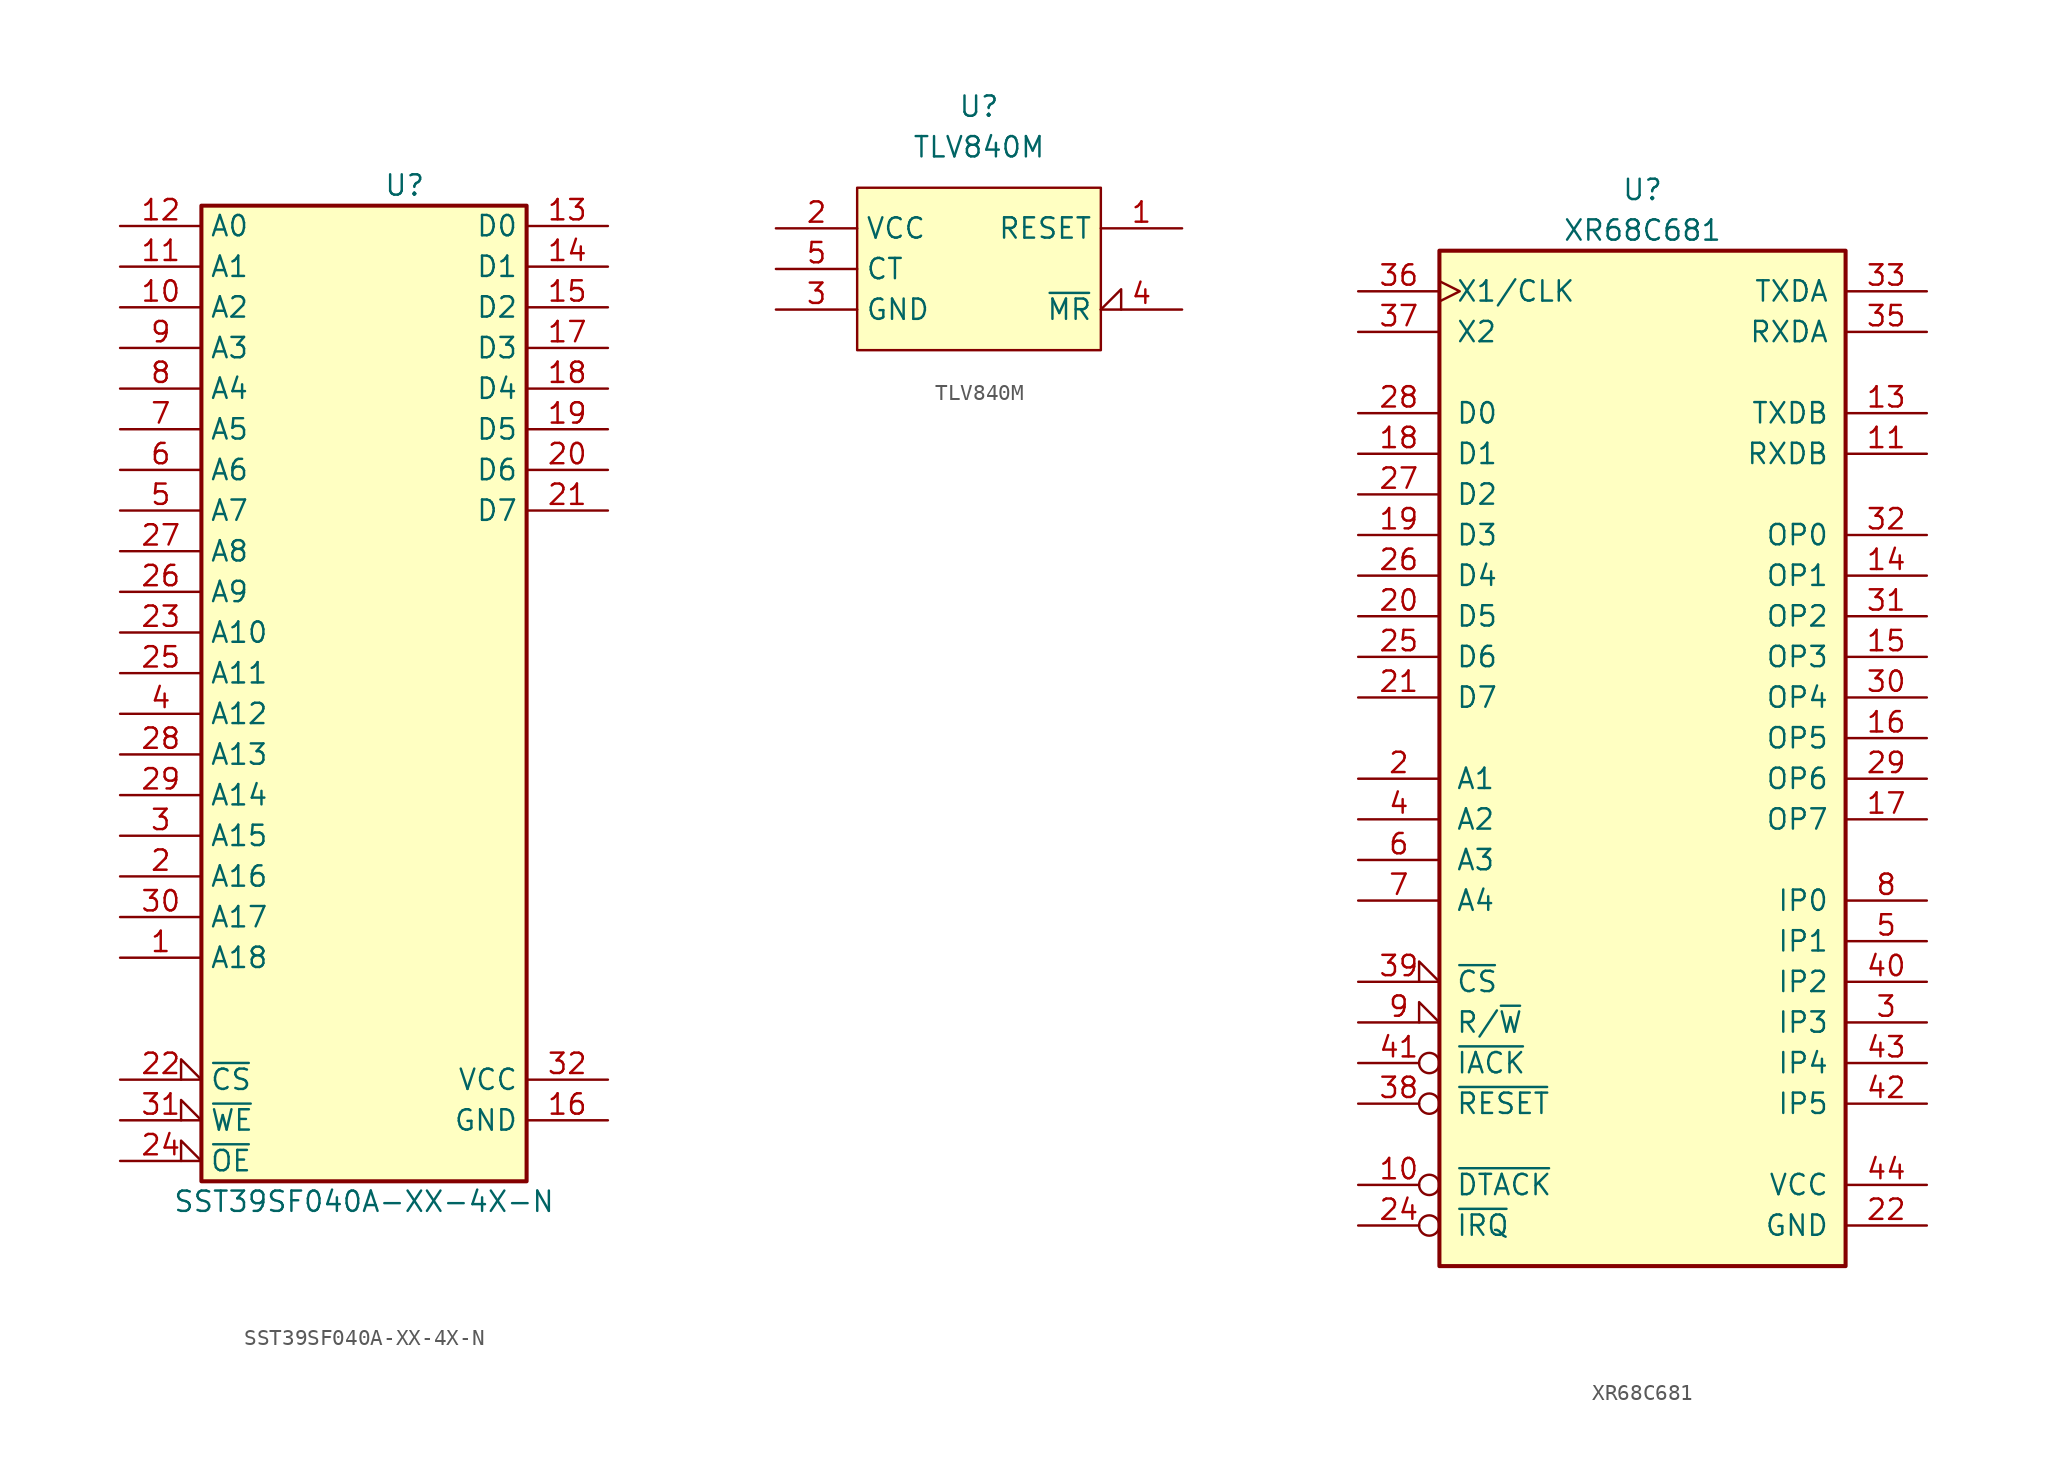
<source format=kicad_sym>
(kicad_symbol_lib
  (version 20211014)
  (generator kicad_symbol_editor)
  (symbol "68komputer-common:SST39SF040A-XX-4X-N"
    (property "Reference" "U"
      (at 2.54 33.02 0)
      (effects (font (size 1.27 1.27))))
    (property "Value" "SST39SF040A-XX-4X-N"
      (at 0 -30.48 0)
      (effects (font (size 1.27 1.27))))
    (symbol "SST39SF040A-XX-4X-N_0_0"
      (pin power_in line (at 15.24 -25.4 180) (length 5.08) (name "GND" (effects (font (size 1.27 1.27)))) (number "16" (effects (font (size 1.27 1.27)))))
      (pin power_in line (at 15.24 -22.86 180) (length 5.08) (name "VCC" (effects (font (size 1.27 1.27)))) (number "32" (effects (font (size 1.27 1.27))))))
    (symbol "SST39SF040A-XX-4X-N_0_1"
      (rectangle (start -10.16 31.75) (end 10.16 -29.21) (stroke (width 0.254) (type default) (color 0 0 0 0)) (fill (type background))))
    (symbol "SST39SF040A-XX-4X-N_1_1"
      (pin input line (at -15.24 -15.24 0) (length 5.08) (name "A18" (effects (font (size 1.27 1.27)))) (number "1" (effects (font (size 1.27 1.27)))))
      (pin input line (at -15.24 25.4 0) (length 5.08) (name "A2" (effects (font (size 1.27 1.27)))) (number "10" (effects (font (size 1.27 1.27)))))
      (pin input line (at -15.24 27.94 0) (length 5.08) (name "A1" (effects (font (size 1.27 1.27)))) (number "11" (effects (font (size 1.27 1.27)))))
      (pin input line (at -15.24 30.48 0) (length 5.08) (name "A0" (effects (font (size 1.27 1.27)))) (number "12" (effects (font (size 1.27 1.27)))))
      (pin tri_state line (at 15.24 30.48 180) (length 5.08) (name "D0" (effects (font (size 1.27 1.27)))) (number "13" (effects (font (size 1.27 1.27)))))
      (pin tri_state line (at 15.24 27.94 180) (length 5.08) (name "D1" (effects (font (size 1.27 1.27)))) (number "14" (effects (font (size 1.27 1.27)))))
      (pin tri_state line (at 15.24 25.4 180) (length 5.08) (name "D2" (effects (font (size 1.27 1.27)))) (number "15" (effects (font (size 1.27 1.27)))))
      (pin tri_state line (at 15.24 22.86 180) (length 5.08) (name "D3" (effects (font (size 1.27 1.27)))) (number "17" (effects (font (size 1.27 1.27)))))
      (pin tri_state line (at 15.24 20.32 180) (length 5.08) (name "D4" (effects (font (size 1.27 1.27)))) (number "18" (effects (font (size 1.27 1.27)))))
      (pin tri_state line (at 15.24 17.78 180) (length 5.08) (name "D5" (effects (font (size 1.27 1.27)))) (number "19" (effects (font (size 1.27 1.27)))))
      (pin input line (at -15.24 -10.16 0) (length 5.08) (name "A16" (effects (font (size 1.27 1.27)))) (number "2" (effects (font (size 1.27 1.27)))))
      (pin tri_state line (at 15.24 15.24 180) (length 5.08) (name "D6" (effects (font (size 1.27 1.27)))) (number "20" (effects (font (size 1.27 1.27)))))
      (pin tri_state line (at 15.24 12.7 180) (length 5.08) (name "D7" (effects (font (size 1.27 1.27)))) (number "21" (effects (font (size 1.27 1.27)))))
      (pin input input_low (at -15.24 -22.86 0) (length 5.08) (name "~{CS}" (effects (font (size 1.27 1.27)))) (number "22" (effects (font (size 1.27 1.27)))))
      (pin input line (at -15.24 5.08 0) (length 5.08) (name "A10" (effects (font (size 1.27 1.27)))) (number "23" (effects (font (size 1.27 1.27)))))
      (pin input input_low (at -15.24 -27.94 0) (length 5.08) (name "~{OE}" (effects (font (size 1.27 1.27)))) (number "24" (effects (font (size 1.27 1.27)))))
      (pin input line (at -15.24 2.54 0) (length 5.08) (name "A11" (effects (font (size 1.27 1.27)))) (number "25" (effects (font (size 1.27 1.27)))))
      (pin input line (at -15.24 7.62 0) (length 5.08) (name "A9" (effects (font (size 1.27 1.27)))) (number "26" (effects (font (size 1.27 1.27)))))
      (pin input line (at -15.24 10.16 0) (length 5.08) (name "A8" (effects (font (size 1.27 1.27)))) (number "27" (effects (font (size 1.27 1.27)))))
      (pin input line (at -15.24 -2.54 0) (length 5.08) (name "A13" (effects (font (size 1.27 1.27)))) (number "28" (effects (font (size 1.27 1.27)))))
      (pin input line (at -15.24 -5.08 0) (length 5.08) (name "A14" (effects (font (size 1.27 1.27)))) (number "29" (effects (font (size 1.27 1.27)))))
      (pin input line (at -15.24 -7.62 0) (length 5.08) (name "A15" (effects (font (size 1.27 1.27)))) (number "3" (effects (font (size 1.27 1.27)))))
      (pin input line (at -15.24 -12.7 0) (length 5.08) (name "A17" (effects (font (size 1.27 1.27)))) (number "30" (effects (font (size 1.27 1.27)))))
      (pin input input_low (at -15.24 -25.4 0) (length 5.08) (name "~{WE}" (effects (font (size 1.27 1.27)))) (number "31" (effects (font (size 1.27 1.27)))))
      (pin input line (at -15.24 0 0) (length 5.08) (name "A12" (effects (font (size 1.27 1.27)))) (number "4" (effects (font (size 1.27 1.27)))))
      (pin input line (at -15.24 12.7 0) (length 5.08) (name "A7" (effects (font (size 1.27 1.27)))) (number "5" (effects (font (size 1.27 1.27)))))
      (pin input line (at -15.24 15.24 0) (length 5.08) (name "A6" (effects (font (size 1.27 1.27)))) (number "6" (effects (font (size 1.27 1.27)))))
      (pin input line (at -15.24 17.78 0) (length 5.08) (name "A5" (effects (font (size 1.27 1.27)))) (number "7" (effects (font (size 1.27 1.27)))))
      (pin input line (at -15.24 20.32 0) (length 5.08) (name "A4" (effects (font (size 1.27 1.27)))) (number "8" (effects (font (size 1.27 1.27)))))
      (pin input line (at -15.24 22.86 0) (length 5.08) (name "A3" (effects (font (size 1.27 1.27)))) (number "9" (effects (font (size 1.27 1.27)))))))
  (symbol "68komputer-common:TLV840M"
    (property "Reference" "U"
      (at 0 5.08 0)
      (effects (font (size 1.27 1.27))))
    (property "Value" "TLV840M"
      (at 0 2.54 0)
      (effects (font (size 1.27 1.27))))
    (symbol "TLV840M_0_1"
      (rectangle (start -7.62 0) (end 7.62 -10.16) (stroke (width 0.152) (type default) (color 0 0 0 0)) (fill (type background))))
    (symbol "TLV840M_1_1"
      (pin output line (at 12.7 -2.54 180) (length 5.08) (name "RESET" (effects (font (size 1.27 1.27)))) (number "1" (effects (font (size 1.27 1.27)))))
      (pin power_in line (at -12.7 -2.54 0) (length 5.08) (name "VCC" (effects (font (size 1.27 1.27)))) (number "2" (effects (font (size 1.27 1.27)))))
      (pin power_in line (at -12.7 -7.62 0) (length 5.08) (name "GND" (effects (font (size 1.27 1.27)))) (number "3" (effects (font (size 1.27 1.27)))))
      (pin input input_low (at 12.7 -7.62 180) (length 5.08) (name "~{MR}" (effects (font (size 1.27 1.27)))) (number "4" (effects (font (size 1.27 1.27)))))
      (pin bidirectional line (at -12.7 -5.08 0) (length 5.08) (name "CT" (effects (font (size 1.27 1.27)))) (number "5" (effects (font (size 1.27 1.27)))))))
  (symbol "68komputer-common:XR68C681"
    (pin_names
      (offset 1.016))
    (property "Reference" "U"
      (at 0 36.83 0)
      (effects (font (size 1.27 1.27))))
    (property "Value" "XR68C681"
      (at 0 34.29 0)
      (effects (font (size 1.27 1.27))))
    (symbol "XR68C681_0_1"
      (rectangle (start -12.7 33.02) (end 12.7 -30.48) (stroke (width 0.254) (type default) (color 0 0 0 0)) (fill (type background))))
    (symbol "XR68C681_1_1"
      (pin open_collector inverted (at -17.78 -25.4 0) (length 5.08) (name "~{DTACK}" (effects (font (size 1.27 1.27)))) (number "10" (effects (font (size 1.27 1.27)))))
      (pin input line (at 17.78 20.32 180) (length 5.08) (name "RXDB" (effects (font (size 1.27 1.27)))) (number "11" (effects (font (size 1.27 1.27)))))
      (pin output line (at 17.78 22.86 180) (length 5.08) (name "TXDB" (effects (font (size 1.27 1.27)))) (number "13" (effects (font (size 1.27 1.27)))))
      (pin output line (at 17.78 12.7 180) (length 5.08) (name "OP1" (effects (font (size 1.27 1.27)))) (number "14" (effects (font (size 1.27 1.27)))))
      (pin output line (at 17.78 7.62 180) (length 5.08) (name "OP3" (effects (font (size 1.27 1.27)))) (number "15" (effects (font (size 1.27 1.27)))))
      (pin output line (at 17.78 2.54 180) (length 5.08) (name "OP5" (effects (font (size 1.27 1.27)))) (number "16" (effects (font (size 1.27 1.27)))))
      (pin output line (at 17.78 -2.54 180) (length 5.08) (name "OP7" (effects (font (size 1.27 1.27)))) (number "17" (effects (font (size 1.27 1.27)))))
      (pin tri_state line (at -17.78 20.32 0) (length 5.08) (name "D1" (effects (font (size 1.27 1.27)))) (number "18" (effects (font (size 1.27 1.27)))))
      (pin tri_state line (at -17.78 15.24 0) (length 5.08) (name "D3" (effects (font (size 1.27 1.27)))) (number "19" (effects (font (size 1.27 1.27)))))
      (pin input line (at -17.78 0 0) (length 5.08) (name "A1" (effects (font (size 1.27 1.27)))) (number "2" (effects (font (size 1.27 1.27)))))
      (pin tri_state line (at -17.78 10.16 0) (length 5.08) (name "D5" (effects (font (size 1.27 1.27)))) (number "20" (effects (font (size 1.27 1.27)))))
      (pin tri_state line (at -17.78 5.08 0) (length 5.08) (name "D7" (effects (font (size 1.27 1.27)))) (number "21" (effects (font (size 1.27 1.27)))))
      (pin power_in line (at 17.78 -27.94 180) (length 5.08) (name "GND" (effects (font (size 1.27 1.27)))) (number "22" (effects (font (size 1.27 1.27)))))
      (pin output inverted (at -17.78 -27.94 0) (length 5.08) (name "~{IRQ}" (effects (font (size 1.27 1.27)))) (number "24" (effects (font (size 1.27 1.27)))))
      (pin tri_state line (at -17.78 7.62 0) (length 5.08) (name "D6" (effects (font (size 1.27 1.27)))) (number "25" (effects (font (size 1.27 1.27)))))
      (pin tri_state line (at -17.78 12.7 0) (length 5.08) (name "D4" (effects (font (size 1.27 1.27)))) (number "26" (effects (font (size 1.27 1.27)))))
      (pin tri_state line (at -17.78 17.78 0) (length 5.08) (name "D2" (effects (font (size 1.27 1.27)))) (number "27" (effects (font (size 1.27 1.27)))))
      (pin tri_state line (at -17.78 22.86 0) (length 5.08) (name "D0" (effects (font (size 1.27 1.27)))) (number "28" (effects (font (size 1.27 1.27)))))
      (pin output line (at 17.78 0 180) (length 5.08) (name "OP6" (effects (font (size 1.27 1.27)))) (number "29" (effects (font (size 1.27 1.27)))))
      (pin input line (at 17.78 -15.24 180) (length 5.08) (name "IP3" (effects (font (size 1.27 1.27)))) (number "3" (effects (font (size 1.27 1.27)))))
      (pin output line (at 17.78 5.08 180) (length 5.08) (name "OP4" (effects (font (size 1.27 1.27)))) (number "30" (effects (font (size 1.27 1.27)))))
      (pin output line (at 17.78 10.16 180) (length 5.08) (name "OP2" (effects (font (size 1.27 1.27)))) (number "31" (effects (font (size 1.27 1.27)))))
      (pin output line (at 17.78 15.24 180) (length 5.08) (name "OP0" (effects (font (size 1.27 1.27)))) (number "32" (effects (font (size 1.27 1.27)))))
      (pin output line (at 17.78 30.48 180) (length 5.08) (name "TXDA" (effects (font (size 1.27 1.27)))) (number "33" (effects (font (size 1.27 1.27)))))
      (pin input line (at 17.78 27.94 180) (length 5.08) (name "RXDA" (effects (font (size 1.27 1.27)))) (number "35" (effects (font (size 1.27 1.27)))))
      (pin input clock (at -17.78 30.48 0) (length 5.08) (name "X1/CLK" (effects (font (size 1.27 1.27)))) (number "36" (effects (font (size 1.27 1.27)))))
      (pin input line (at -17.78 27.94 0) (length 5.08) (name "X2" (effects (font (size 1.27 1.27)))) (number "37" (effects (font (size 1.27 1.27)))))
      (pin input inverted (at -17.78 -20.32 0) (length 5.08) (name "~{RESET}" (effects (font (size 1.27 1.27)))) (number "38" (effects (font (size 1.27 1.27)))))
      (pin input input_low (at -17.78 -12.7 0) (length 5.08) (name "~{CS}" (effects (font (size 1.27 1.27)))) (number "39" (effects (font (size 1.27 1.27)))))
      (pin input line (at -17.78 -2.54 0) (length 5.08) (name "A2" (effects (font (size 1.27 1.27)))) (number "4" (effects (font (size 1.27 1.27)))))
      (pin input line (at 17.78 -12.7 180) (length 5.08) (name "IP2" (effects (font (size 1.27 1.27)))) (number "40" (effects (font (size 1.27 1.27)))))
      (pin input inverted (at -17.78 -17.78 0) (length 5.08) (name "~{IACK}" (effects (font (size 1.27 1.27)))) (number "41" (effects (font (size 1.27 1.27)))))
      (pin input line (at 17.78 -20.32 180) (length 5.08) (name "IP5" (effects (font (size 1.27 1.27)))) (number "42" (effects (font (size 1.27 1.27)))))
      (pin input line (at 17.78 -17.78 180) (length 5.08) (name "IP4" (effects (font (size 1.27 1.27)))) (number "43" (effects (font (size 1.27 1.27)))))
      (pin power_in line (at 17.78 -25.4 180) (length 5.08) (name "VCC" (effects (font (size 1.27 1.27)))) (number "44" (effects (font (size 1.27 1.27)))))
      (pin input line (at 17.78 -10.16 180) (length 5.08) (name "IP1" (effects (font (size 1.27 1.27)))) (number "5" (effects (font (size 1.27 1.27)))))
      (pin input line (at -17.78 -5.08 0) (length 5.08) (name "A3" (effects (font (size 1.27 1.27)))) (number "6" (effects (font (size 1.27 1.27)))))
      (pin input line (at -17.78 -7.62 0) (length 5.08) (name "A4" (effects (font (size 1.27 1.27)))) (number "7" (effects (font (size 1.27 1.27)))))
      (pin input line (at 17.78 -7.62 180) (length 5.08) (name "IP0" (effects (font (size 1.27 1.27)))) (number "8" (effects (font (size 1.27 1.27)))))
      (pin input input_low (at -17.78 -15.24 0) (length 5.08) (name "R/~{W}" (effects (font (size 1.27 1.27)))) (number "9" (effects (font (size 1.27 1.27))))))))
</source>
